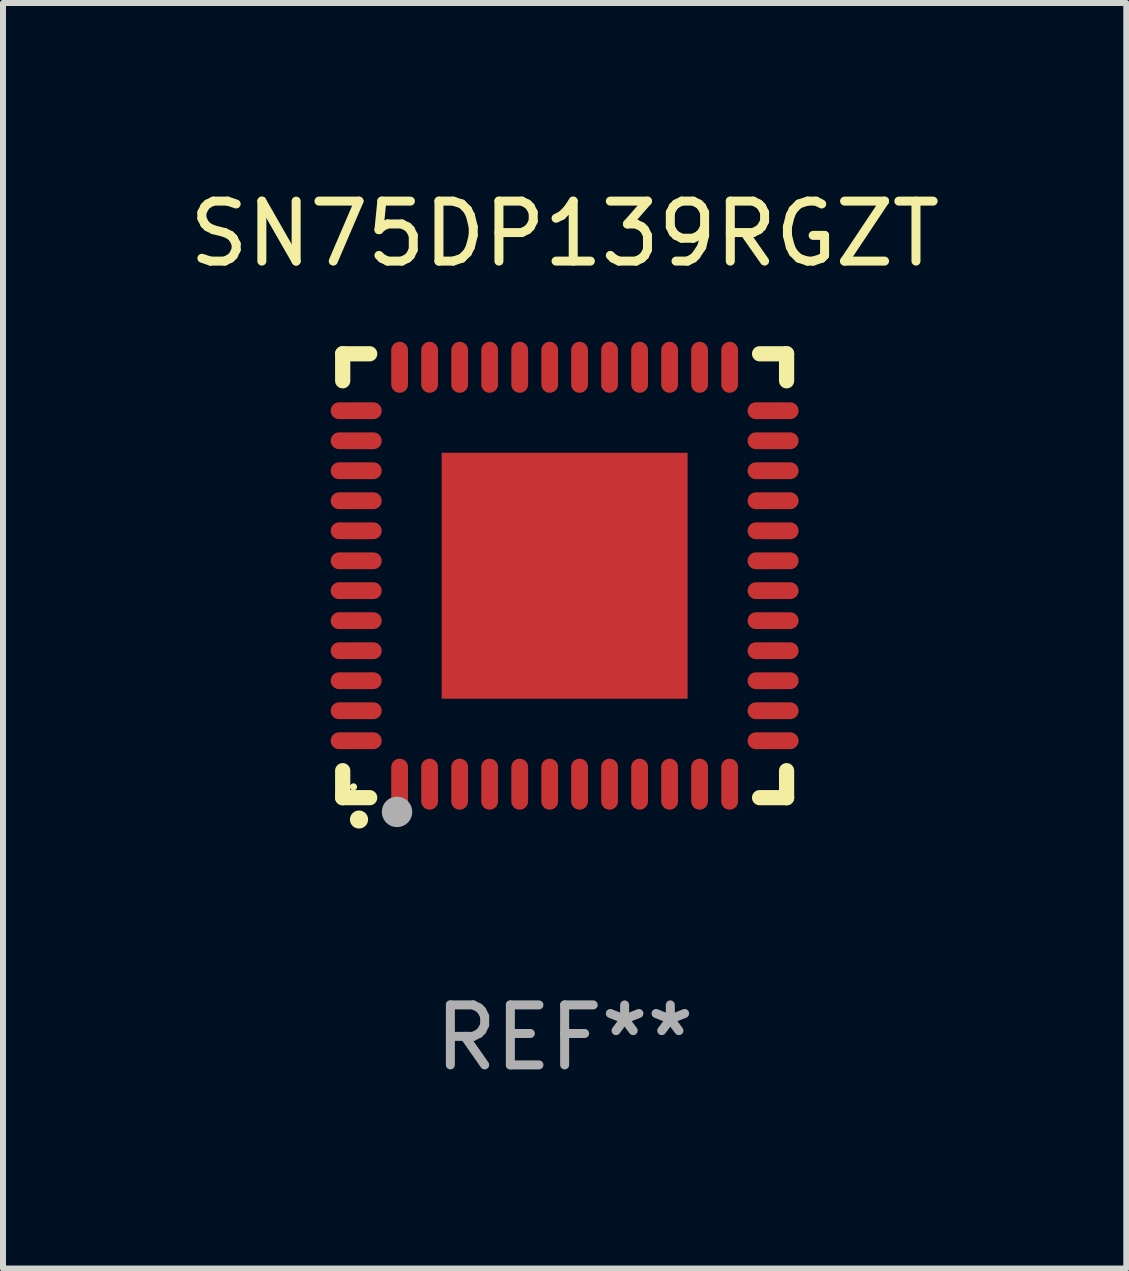
<source format=kicad_pcb>
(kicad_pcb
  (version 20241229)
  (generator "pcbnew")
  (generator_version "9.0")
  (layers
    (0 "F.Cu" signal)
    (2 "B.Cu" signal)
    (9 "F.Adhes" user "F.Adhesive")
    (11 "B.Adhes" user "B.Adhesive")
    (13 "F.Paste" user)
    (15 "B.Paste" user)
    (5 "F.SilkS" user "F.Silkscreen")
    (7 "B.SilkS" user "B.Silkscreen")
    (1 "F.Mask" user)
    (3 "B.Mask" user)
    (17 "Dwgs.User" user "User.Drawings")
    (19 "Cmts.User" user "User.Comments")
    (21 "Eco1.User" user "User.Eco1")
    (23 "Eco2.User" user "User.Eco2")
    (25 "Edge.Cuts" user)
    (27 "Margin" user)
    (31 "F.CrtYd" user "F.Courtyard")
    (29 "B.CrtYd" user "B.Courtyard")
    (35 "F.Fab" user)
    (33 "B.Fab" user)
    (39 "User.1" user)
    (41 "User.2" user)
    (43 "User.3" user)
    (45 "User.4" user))
  (footprint "SN75DP139RGZT"
    (layer "F.Cu")
    (at 6.363 6.548)
    (property "Reference" "SN75DP139RGZT" (at 0 -5.7 0) (layer "F.SilkS") (effects (font (size 1 1) (thickness 0.15))))
    (attr through_hole)
    (fp_line (start -3.7 -3.7) (end -3.25 -3.7) (stroke (width 0.254) (type solid)) (layer "F.SilkS"))
    (fp_line (start -3.7 -3.25) (end -3.7 -3.7) (stroke (width 0.254) (type solid)) (layer "F.SilkS"))
    (fp_line (start -3.7 3.7) (end -3.7 3.25) (stroke (width 0.254) (type solid)) (layer "F.SilkS"))
    (fp_line (start -3.25 3.7) (end -3.7 3.7) (stroke (width 0.254) (type solid)) (layer "F.SilkS"))
    (fp_line (start 3.25 3.7) (end 3.7 3.7) (stroke (width 0.254) (type solid)) (layer "F.SilkS"))
    (fp_line (start 3.7 -3.7) (end 3.25 -3.7) (stroke (width 0.254) (type solid)) (layer "F.SilkS"))
    (fp_line (start 3.7 -3.25) (end 3.7 -3.7) (stroke (width 0.254) (type solid)) (layer "F.SilkS"))
    (fp_line (start 3.7 3.7) (end 3.7 3.25) (stroke (width 0.254) (type solid)) (layer "F.SilkS"))
    (fp_arc (start -3.429108 4.06411) (mid -3.427838 4.064105) (end -3.426568 4.06411) (stroke (width 0.3) (type solid)) (layer "F.SilkS"))
    (fp_circle (center -3.52 3.52) (end -3.49 3.52) (stroke (width 0.06) (type solid)) (fill no) (layer "F.SilkS"))
    (fp_circle (center -2.794 3.937) (end -2.667 3.937) (stroke (width 0.254) (type solid)) (fill no) (layer "F.Fab"))
    (fp_text user "REF**" (at 0 7.7 0) (layer "F.Fab") (effects (font (size 1 1) (thickness 0.15))))
    (pad "1" smd oval (at -2.751 3.475) (size 0.28 0.85) (layers "F.Cu" "F.Mask" "F.Paste"))
    (pad "2" smd oval (at -2.251 3.475) (size 0.28 0.85) (layers "F.Cu" "F.Mask" "F.Paste"))
    (pad "3" smd oval (at -1.75 3.475) (size 0.28 0.85) (layers "F.Cu" "F.Mask" "F.Paste"))
    (pad "4" smd oval (at -1.25 3.475) (size 0.28 0.85) (layers "F.Cu" "F.Mask" "F.Paste"))
    (pad "5" smd oval (at -0.749 3.475) (size 0.28 0.85) (layers "F.Cu" "F.Mask" "F.Paste"))
    (pad "6" smd oval (at -0.249 3.475) (size 0.28 0.85) (layers "F.Cu" "F.Mask" "F.Paste"))
    (pad "7" smd oval (at 0.249 3.475) (size 0.28 0.85) (layers "F.Cu" "F.Mask" "F.Paste"))
    (pad "8" smd oval (at 0.749 3.475) (size 0.28 0.85) (layers "F.Cu" "F.Mask" "F.Paste"))
    (pad "9" smd oval (at 1.25 3.475) (size 0.28 0.85) (layers "F.Cu" "F.Mask" "F.Paste"))
    (pad "10" smd oval (at 1.75 3.475) (size 0.28 0.85) (layers "F.Cu" "F.Mask" "F.Paste"))
    (pad "11" smd oval (at 2.25 3.475) (size 0.28 0.85) (layers "F.Cu" "F.Mask" "F.Paste"))
    (pad "12" smd oval (at 2.751 3.475) (size 0.28 0.85) (layers "F.Cu" "F.Mask" "F.Paste"))
    (pad "13" smd oval (at 3.475 2.751) (size 0.85 0.28) (layers "F.Cu" "F.Mask" "F.Paste"))
    (pad "14" smd oval (at 3.475 2.251) (size 0.85 0.28) (layers "F.Cu" "F.Mask" "F.Paste"))
    (pad "15" smd oval (at 3.475 1.75) (size 0.85 0.28) (layers "F.Cu" "F.Mask" "F.Paste"))
    (pad "16" smd oval (at 3.475 1.25) (size 0.85 0.28) (layers "F.Cu" "F.Mask" "F.Paste"))
    (pad "17" smd oval (at 3.475 0.749) (size 0.85 0.28) (layers "F.Cu" "F.Mask" "F.Paste"))
    (pad "18" smd oval (at 3.475 0.249) (size 0.85 0.28) (layers "F.Cu" "F.Mask" "F.Paste"))
    (pad "19" smd oval (at 3.475 -0.249) (size 0.85 0.28) (layers "F.Cu" "F.Mask" "F.Paste"))
    (pad "20" smd oval (at 3.475 -0.749) (size 0.85 0.28) (layers "F.Cu" "F.Mask" "F.Paste"))
    (pad "21" smd oval (at 3.475 -1.25) (size 0.85 0.28) (layers "F.Cu" "F.Mask" "F.Paste"))
    (pad "22" smd oval (at 3.475 -1.75) (size 0.85 0.28) (layers "F.Cu" "F.Mask" "F.Paste"))
    (pad "23" smd oval (at 3.475 -2.25) (size 0.85 0.28) (layers "F.Cu" "F.Mask" "F.Paste"))
    (pad "24" smd oval (at 3.475 -2.751) (size 0.85 0.28) (layers "F.Cu" "F.Mask" "F.Paste"))
    (pad "25" smd oval (at 2.751 -3.475) (size 0.28 0.85) (layers "F.Cu" "F.Mask" "F.Paste"))
    (pad "26" smd oval (at 2.25 -3.475) (size 0.28 0.85) (layers "F.Cu" "F.Mask" "F.Paste"))
    (pad "27" smd oval (at 1.75 -3.475) (size 0.28 0.85) (layers "F.Cu" "F.Mask" "F.Paste"))
    (pad "28" smd oval (at 1.25 -3.475) (size 0.28 0.85) (layers "F.Cu" "F.Mask" "F.Paste"))
    (pad "29" smd oval (at 0.749 -3.475) (size 0.28 0.85) (layers "F.Cu" "F.Mask" "F.Paste"))
    (pad "30" smd oval (at 0.249 -3.475) (size 0.28 0.85) (layers "F.Cu" "F.Mask" "F.Paste"))
    (pad "31" smd oval (at -0.249 -3.475) (size 0.28 0.85) (layers "F.Cu" "F.Mask" "F.Paste"))
    (pad "32" smd oval (at -0.749 -3.475) (size 0.28 0.85) (layers "F.Cu" "F.Mask" "F.Paste"))
    (pad "33" smd oval (at -1.25 -3.475) (size 0.28 0.85) (layers "F.Cu" "F.Mask" "F.Paste"))
    (pad "34" smd oval (at -1.75 -3.475) (size 0.28 0.85) (layers "F.Cu" "F.Mask" "F.Paste"))
    (pad "35" smd oval (at -2.251 -3.475) (size 0.28 0.85) (layers "F.Cu" "F.Mask" "F.Paste"))
    (pad "36" smd oval (at -2.751 -3.475) (size 0.28 0.85) (layers "F.Cu" "F.Mask" "F.Paste"))
    (pad "37" smd oval (at -3.475 -2.751) (size 0.85 0.28) (layers "F.Cu" "F.Mask" "F.Paste"))
    (pad "38" smd oval (at -3.475 -2.25) (size 0.85 0.28) (layers "F.Cu" "F.Mask" "F.Paste"))
    (pad "39" smd oval (at -3.475 -1.75) (size 0.85 0.28) (layers "F.Cu" "F.Mask" "F.Paste"))
    (pad "40" smd oval (at -3.475 -1.25) (size 0.85 0.28) (layers "F.Cu" "F.Mask" "F.Paste"))
    (pad "41" smd oval (at -3.475 -0.749) (size 0.85 0.28) (layers "F.Cu" "F.Mask" "F.Paste"))
    (pad "42" smd oval (at -3.475 -0.249) (size 0.85 0.28) (layers "F.Cu" "F.Mask" "F.Paste"))
    (pad "43" smd oval (at -3.475 0.249) (size 0.85 0.28) (layers "F.Cu" "F.Mask" "F.Paste"))
    (pad "44" smd oval (at -3.475 0.749) (size 0.85 0.28) (layers "F.Cu" "F.Mask" "F.Paste"))
    (pad "45" smd oval (at -3.475 1.25) (size 0.85 0.28) (layers "F.Cu" "F.Mask" "F.Paste"))
    (pad "46" smd oval (at -3.475 1.75) (size 0.85 0.28) (layers "F.Cu" "F.Mask" "F.Paste"))
    (pad "47" smd oval (at -3.475 2.251) (size 0.85 0.28) (layers "F.Cu" "F.Mask" "F.Paste"))
    (pad "48" smd oval (at -3.475 2.751) (size 0.85 0.28) (layers "F.Cu" "F.Mask" "F.Paste"))
    (pad "49" smd rect (at -0.000102 0.000102) (size 4.1 4.1) (layers "F.Cu" "F.Mask" "F.Paste")))
  (gr_rect
    (start -3 -3)
    (end 15.726 18.097)
    (stroke (width 0.1) (type default))
    (fill no)
    (layer "Edge.Cuts")))
</source>
